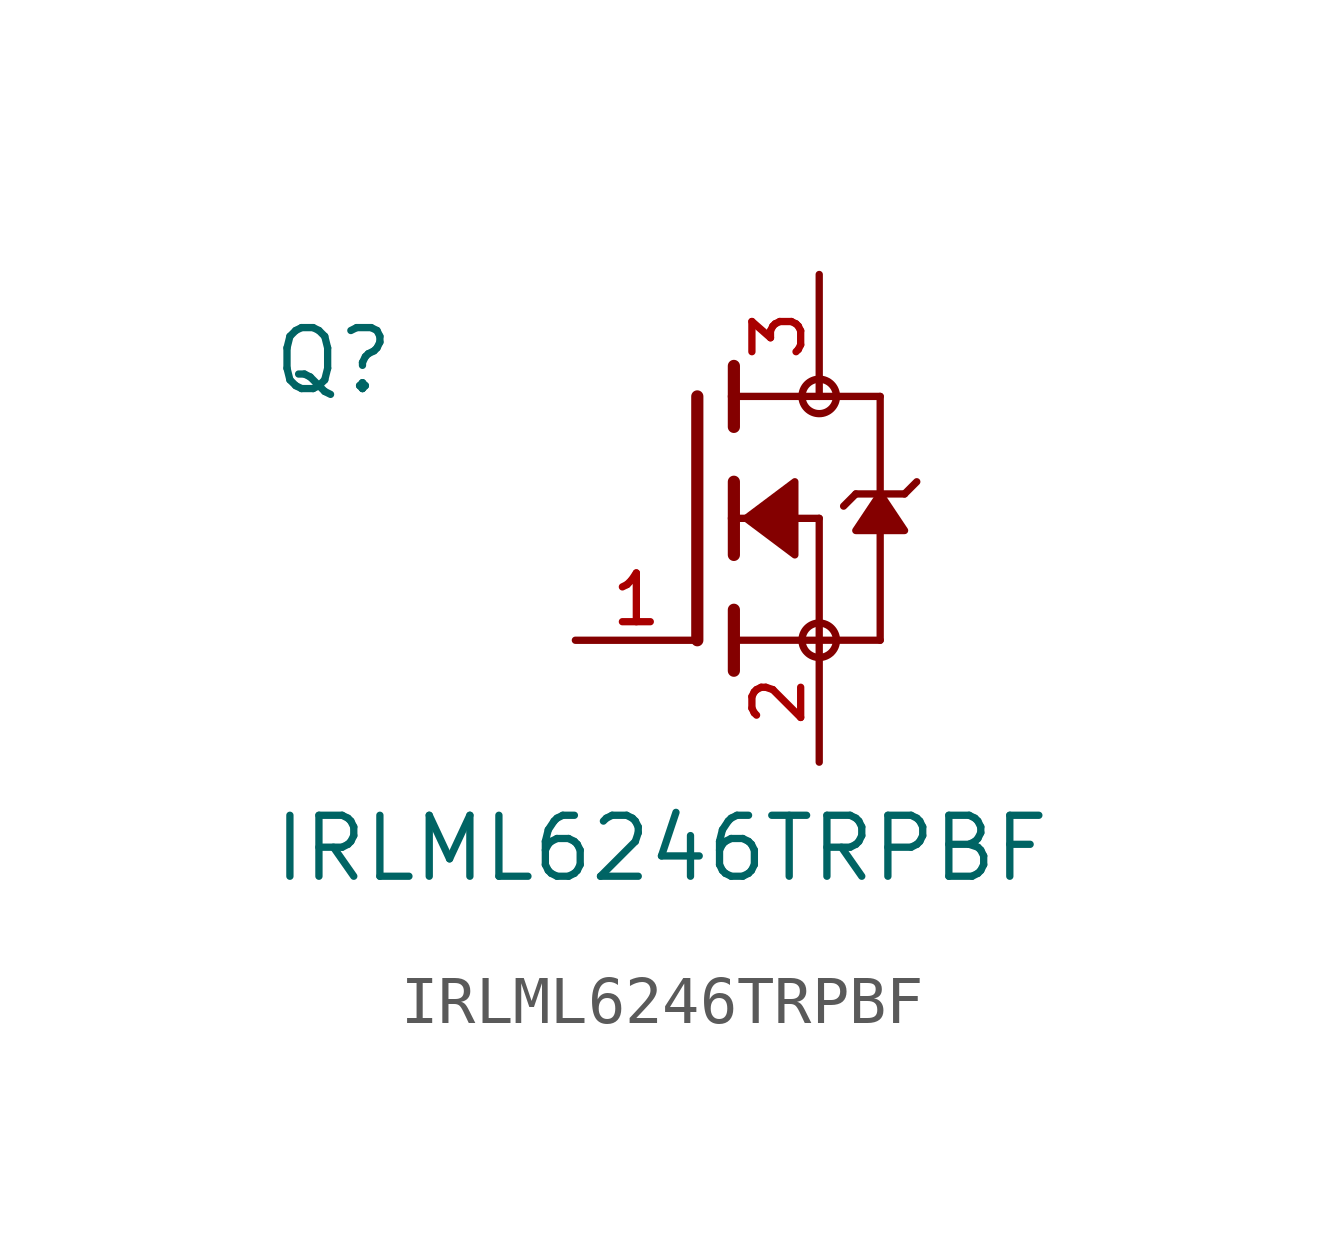
<source format=kicad_sym>
(kicad_symbol_lib
  (version 20211014)
  (generator kicad_symbol_editor)
  (symbol "IRLML6246TRPBF"
    (pin_names
      (offset 1.016))
    (property "Reference" "Q"
      (at -8.89 2.54 0)
      (effects (font (size 1.27 1.27)) (justify bottom left)))
    (property "Value" "IRLML6246TRPBF"
      (at -8.89 -7.62 0)
      (effects (font (size 1.27 1.27)) (justify bottom left)))
    (symbol "IRLML6246TRPBF_0_0"
      (polyline (pts (xy 0.762 0.762) (xy 0.762 0.0)) (stroke (width 0.254)))
      (polyline (pts (xy 0.762 0.0) (xy 0.762 -0.762)) (stroke (width 0.254)))
      (polyline (pts (xy 0.762 3.175) (xy 0.762 2.54)) (stroke (width 0.254)))
      (polyline (pts (xy 0.762 2.54) (xy 0.762 1.905)) (stroke (width 0.254)))
      (polyline (pts (xy 0.762 0.0) (xy 2.54 0.0)) (stroke (width 0.152)))
      (polyline (pts (xy 2.54 0.0) (xy 2.54 -2.54)) (stroke (width 0.152)))
      (polyline (pts (xy 0.762 -1.905) (xy 0.762 -3.175)) (stroke (width 0.254)))
      (polyline (pts (xy 0.0 2.54) (xy 0.0 -2.54)) (stroke (width 0.254)))
      (polyline (pts (xy 3.81 -2.54) (xy 0.762 -2.54)) (stroke (width 0.152)))
      (polyline (pts (xy 3.81 2.54) (xy 3.81 0.508)) (stroke (width 0.152)))
      (polyline (pts (xy 3.81 0.508) (xy 3.81 -2.54)) (stroke (width 0.152)))
      (polyline (pts (xy 0.762 2.54) (xy 3.81 2.54)) (stroke (width 0.152)))
      (polyline (pts (xy 4.572 0.762) (xy 4.318 0.508)) (stroke (width 0.152)))
      (polyline (pts (xy 4.318 0.508) (xy 3.81 0.508)) (stroke (width 0.152)))
      (polyline (pts (xy 3.81 0.508) (xy 3.302 0.508)) (stroke (width 0.152)))
      (polyline (pts (xy 3.302 0.508) (xy 3.048 0.254)) (stroke (width 0.152)))
      (circle (center 2.54 -2.54) (radius 0.359) (stroke (width 0.0)) (fill (type none)))
      (circle (center 2.54 2.54) (radius 0.359) (stroke (width 0.0)) (fill (type none)))
      (polyline (pts (xy 3.81 0.508) (xy 3.302 -0.254) (xy 4.318 -0.254) (xy 3.81 0.508)) (stroke (width 0.152)) (fill (type outline)))
      (polyline (pts (xy 1.016 0.0) (xy 2.032 0.762) (xy 2.032 -0.762) (xy 1.016 0.0)) (stroke (width 0.152)) (fill (type outline)))
      (pin passive line (at 2.54 -5.08 90.0) (length 2.54) (name "~" (effects (font (size 1.016 1.016)))) (number "2" (effects (font (size 1.016 1.016)))))
      (pin passive line (at -2.54 -2.54 0) (length 2.54) (name "~" (effects (font (size 1.016 1.016)))) (number "1" (effects (font (size 1.016 1.016)))))
      (pin passive line (at 2.54 5.08 270.0) (length 2.54) (name "~" (effects (font (size 1.016 1.016)))) (number "3" (effects (font (size 1.016 1.016))))))))
</source>
